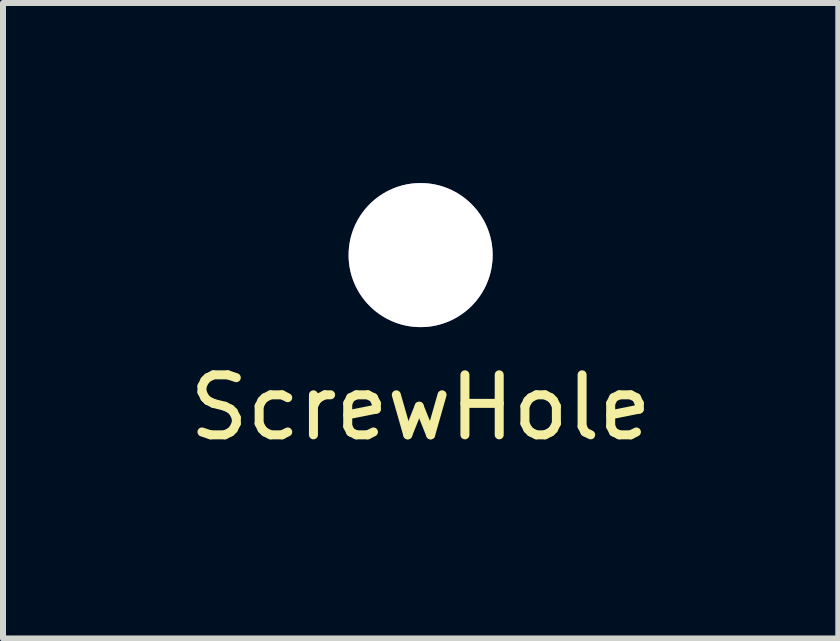
<source format=kicad_pcb>
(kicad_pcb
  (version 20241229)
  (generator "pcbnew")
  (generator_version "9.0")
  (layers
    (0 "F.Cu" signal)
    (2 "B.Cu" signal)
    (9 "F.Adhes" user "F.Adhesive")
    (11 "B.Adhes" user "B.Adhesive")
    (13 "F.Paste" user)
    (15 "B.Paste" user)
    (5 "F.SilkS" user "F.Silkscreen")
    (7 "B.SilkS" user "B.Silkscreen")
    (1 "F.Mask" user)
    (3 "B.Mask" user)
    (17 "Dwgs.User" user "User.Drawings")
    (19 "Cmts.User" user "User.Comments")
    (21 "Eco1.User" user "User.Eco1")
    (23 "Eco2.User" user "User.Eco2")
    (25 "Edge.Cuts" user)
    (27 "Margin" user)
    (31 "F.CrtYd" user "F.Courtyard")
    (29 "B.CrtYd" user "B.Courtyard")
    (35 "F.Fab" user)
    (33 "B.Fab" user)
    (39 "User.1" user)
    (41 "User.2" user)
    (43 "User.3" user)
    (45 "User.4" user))
  (footprint "ScrewHole"
    (layer "F.Cu")
    (at 3.958 1.2)
    (property "Reference" "ScrewHole" (at 0 2.54 0) (layer "F.SilkS") (effects (font (size 1 1) (thickness 0.15))))
    (attr through_hole)
    (pad "HOLE" thru_hole circle (at 0 0) (size 2.4 2.4) (drill 2.4) (layers "*.Cu" "*.Mask")))
  (gr_rect
    (start -3 -3)
    (end 10.917 7.588)
    (stroke (width 0.1) (type default))
    (fill no)
    (layer "Edge.Cuts")))
</source>
